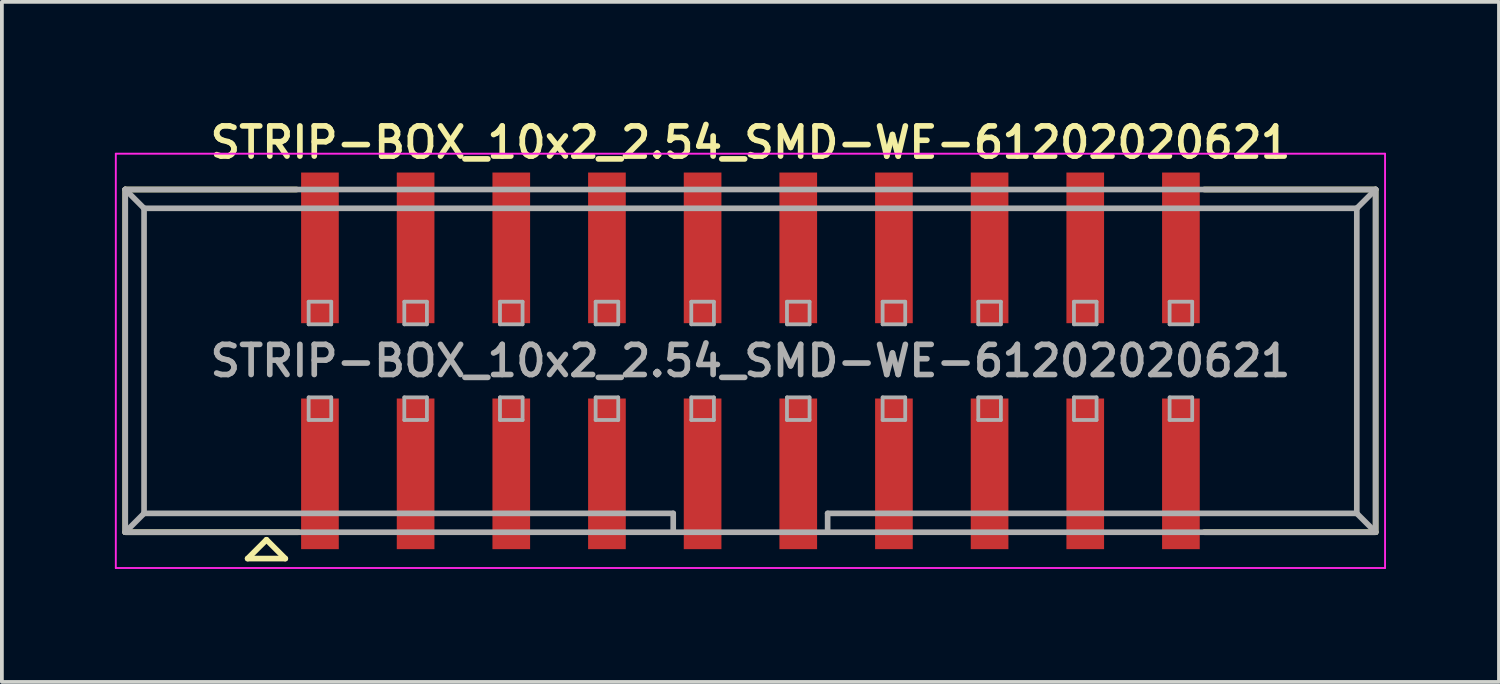
<source format=kicad_pcb>
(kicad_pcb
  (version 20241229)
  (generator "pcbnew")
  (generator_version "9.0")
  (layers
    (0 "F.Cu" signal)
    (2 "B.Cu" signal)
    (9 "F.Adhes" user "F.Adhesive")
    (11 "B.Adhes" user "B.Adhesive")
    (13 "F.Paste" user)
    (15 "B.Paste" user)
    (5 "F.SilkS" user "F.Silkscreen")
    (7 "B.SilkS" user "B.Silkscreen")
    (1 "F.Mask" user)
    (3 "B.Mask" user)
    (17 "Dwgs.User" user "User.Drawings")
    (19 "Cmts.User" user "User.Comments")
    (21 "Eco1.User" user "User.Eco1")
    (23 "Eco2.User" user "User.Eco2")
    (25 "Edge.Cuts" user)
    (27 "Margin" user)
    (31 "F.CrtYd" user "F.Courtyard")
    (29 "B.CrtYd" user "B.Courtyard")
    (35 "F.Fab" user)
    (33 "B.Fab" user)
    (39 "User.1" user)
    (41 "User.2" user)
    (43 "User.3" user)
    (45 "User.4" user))
  (footprint "STRIP-BOX_10x2_2.54_SMD-WE-61202020621"
    (layer "F.Cu")
    (at 16.875 6.531)
    (property "Reference" "STRIP-BOX_10x2_2.54_SMD-WE-61202020621" (at 0 -5.8 0) (layer "F.SilkS") (effects (font (size 0.8 0.8) (thickness 0.15))))
    (attr smd)
    (fp_line (start -16.6 -4.55) (end -12.05 -4.55) (stroke (width 0.15) (type solid)) (layer "F.SilkS"))
    (fp_line (start -16.6 4.55) (end -16.6 -4.55) (stroke (width 0.15) (type solid)) (layer "F.SilkS"))
    (fp_line (start -13.35 5.25) (end -12.35 5.25) (stroke (width 0.15) (type solid)) (layer "F.SilkS"))
    (fp_line (start -12.85 4.75) (end -13.35 5.25) (stroke (width 0.15) (type solid)) (layer "F.SilkS"))
    (fp_line (start -12.35 5.25) (end -12.85 4.75) (stroke (width 0.15) (type solid)) (layer "F.SilkS"))
    (fp_line (start -12 4.55) (end -16.6 4.55) (stroke (width 0.15) (type solid)) (layer "F.SilkS"))
    (fp_line (start 12.05 -4.55) (end 16.6 -4.55) (stroke (width 0.15) (type solid)) (layer "F.SilkS"))
    (fp_line (start 16.6 -4.55) (end 16.6 4.55) (stroke (width 0.15) (type solid)) (layer "F.SilkS"))
    (fp_line (start 16.6 4.55) (end 12.05 4.55) (stroke (width 0.15) (type solid)) (layer "F.SilkS"))
    (fp_line (start -16.85 -5.5) (end -16.85 5.5) (stroke (width 0.05) (type solid)) (layer "F.CrtYd"))
    (fp_line (start -16.85 5.5) (end 16.85 5.5) (stroke (width 0.05) (type solid)) (layer "F.CrtYd"))
    (fp_line (start 16.85 -5.5) (end -16.85 -5.5) (stroke (width 0.05) (type solid)) (layer "F.CrtYd"))
    (fp_line (start 16.85 5.5) (end 16.85 -5.5) (stroke (width 0.05) (type solid)) (layer "F.CrtYd"))
    (fp_line (start -16.6 -4.55) (end -16.6 4.55) (stroke (width 0.15) (type solid)) (layer "F.Fab"))
    (fp_line (start -16.6 -4.55) (end -16.1 -4.05) (stroke (width 0.15) (type solid)) (layer "F.Fab"))
    (fp_line (start -16.6 -4.55) (end 16.6 -4.55) (stroke (width 0.15) (type solid)) (layer "F.Fab"))
    (fp_line (start -16.6 4.55) (end -16.1 4.05) (stroke (width 0.15) (type solid)) (layer "F.Fab"))
    (fp_line (start -16.6 4.55) (end 16.6 4.55) (stroke (width 0.15) (type solid)) (layer "F.Fab"))
    (fp_line (start -16.1 -4.05) (end -16.1 4.05) (stroke (width 0.15) (type solid)) (layer "F.Fab"))
    (fp_line (start -16.1 4.05) (end -2.05 4.05) (stroke (width 0.15) (type solid)) (layer "F.Fab"))
    (fp_line (start -11.73 -1.57) (end -11.73 -0.97) (stroke (width 0.1) (type solid)) (layer "F.Fab"))
    (fp_line (start -11.73 -0.97) (end -11.13 -0.97) (stroke (width 0.1) (type solid)) (layer "F.Fab"))
    (fp_line (start -11.73 0.97) (end -11.73 1.57) (stroke (width 0.1) (type solid)) (layer "F.Fab"))
    (fp_line (start -11.73 1.57) (end -11.13 1.57) (stroke (width 0.1) (type solid)) (layer "F.Fab"))
    (fp_line (start -11.13 -1.57) (end -11.73 -1.57) (stroke (width 0.1) (type solid)) (layer "F.Fab"))
    (fp_line (start -11.13 -0.97) (end -11.13 -1.57) (stroke (width 0.1) (type solid)) (layer "F.Fab"))
    (fp_line (start -11.13 0.97) (end -11.73 0.97) (stroke (width 0.1) (type solid)) (layer "F.Fab"))
    (fp_line (start -11.13 1.57) (end -11.13 0.97) (stroke (width 0.1) (type solid)) (layer "F.Fab"))
    (fp_line (start -9.19 -1.57) (end -9.19 -0.97) (stroke (width 0.1) (type solid)) (layer "F.Fab"))
    (fp_line (start -9.19 -0.97) (end -8.59 -0.97) (stroke (width 0.1) (type solid)) (layer "F.Fab"))
    (fp_line (start -9.19 0.97) (end -9.19 1.57) (stroke (width 0.1) (type solid)) (layer "F.Fab"))
    (fp_line (start -9.19 1.57) (end -8.59 1.57) (stroke (width 0.1) (type solid)) (layer "F.Fab"))
    (fp_line (start -8.59 -1.57) (end -9.19 -1.57) (stroke (width 0.1) (type solid)) (layer "F.Fab"))
    (fp_line (start -8.59 -0.97) (end -8.59 -1.57) (stroke (width 0.1) (type solid)) (layer "F.Fab"))
    (fp_line (start -8.59 0.97) (end -9.19 0.97) (stroke (width 0.1) (type solid)) (layer "F.Fab"))
    (fp_line (start -8.59 1.57) (end -8.59 0.97) (stroke (width 0.1) (type solid)) (layer "F.Fab"))
    (fp_line (start -6.65 -1.57) (end -6.65 -0.97) (stroke (width 0.1) (type solid)) (layer "F.Fab"))
    (fp_line (start -6.65 -0.97) (end -6.05 -0.97) (stroke (width 0.1) (type solid)) (layer "F.Fab"))
    (fp_line (start -6.65 0.97) (end -6.65 1.57) (stroke (width 0.1) (type solid)) (layer "F.Fab"))
    (fp_line (start -6.65 1.57) (end -6.05 1.57) (stroke (width 0.1) (type solid)) (layer "F.Fab"))
    (fp_line (start -6.05 -1.57) (end -6.65 -1.57) (stroke (width 0.1) (type solid)) (layer "F.Fab"))
    (fp_line (start -6.05 -0.97) (end -6.05 -1.57) (stroke (width 0.1) (type solid)) (layer "F.Fab"))
    (fp_line (start -6.05 0.97) (end -6.65 0.97) (stroke (width 0.1) (type solid)) (layer "F.Fab"))
    (fp_line (start -6.05 1.57) (end -6.05 0.97) (stroke (width 0.1) (type solid)) (layer "F.Fab"))
    (fp_line (start -4.11 -1.57) (end -4.11 -0.97) (stroke (width 0.1) (type solid)) (layer "F.Fab"))
    (fp_line (start -4.11 -0.97) (end -3.51 -0.97) (stroke (width 0.1) (type solid)) (layer "F.Fab"))
    (fp_line (start -4.11 0.97) (end -4.11 1.57) (stroke (width 0.1) (type solid)) (layer "F.Fab"))
    (fp_line (start -4.11 1.57) (end -3.51 1.57) (stroke (width 0.1) (type solid)) (layer "F.Fab"))
    (fp_line (start -3.51 -1.57) (end -4.11 -1.57) (stroke (width 0.1) (type solid)) (layer "F.Fab"))
    (fp_line (start -3.51 -0.97) (end -3.51 -1.57) (stroke (width 0.1) (type solid)) (layer "F.Fab"))
    (fp_line (start -3.51 0.97) (end -4.11 0.97) (stroke (width 0.1) (type solid)) (layer "F.Fab"))
    (fp_line (start -3.51 1.57) (end -3.51 0.97) (stroke (width 0.1) (type solid)) (layer "F.Fab"))
    (fp_line (start -2.05 4.05) (end -2.05 4.55) (stroke (width 0.15) (type solid)) (layer "F.Fab"))
    (fp_line (start -1.57 -1.57) (end -1.57 -0.97) (stroke (width 0.1) (type solid)) (layer "F.Fab"))
    (fp_line (start -1.57 -0.97) (end -0.97 -0.97) (stroke (width 0.1) (type solid)) (layer "F.Fab"))
    (fp_line (start -1.57 0.97) (end -1.57 1.57) (stroke (width 0.1) (type solid)) (layer "F.Fab"))
    (fp_line (start -1.57 1.57) (end -0.97 1.57) (stroke (width 0.1) (type solid)) (layer "F.Fab"))
    (fp_line (start -0.97 -1.57) (end -1.57 -1.57) (stroke (width 0.1) (type solid)) (layer "F.Fab"))
    (fp_line (start -0.97 -0.97) (end -0.97 -1.57) (stroke (width 0.1) (type solid)) (layer "F.Fab"))
    (fp_line (start -0.97 0.97) (end -1.57 0.97) (stroke (width 0.1) (type solid)) (layer "F.Fab"))
    (fp_line (start -0.97 1.57) (end -0.97 0.97) (stroke (width 0.1) (type solid)) (layer "F.Fab"))
    (fp_line (start 0.97 -1.57) (end 0.97 -0.97) (stroke (width 0.1) (type solid)) (layer "F.Fab"))
    (fp_line (start 0.97 -0.97) (end 1.57 -0.97) (stroke (width 0.1) (type solid)) (layer "F.Fab"))
    (fp_line (start 0.97 0.97) (end 0.97 1.57) (stroke (width 0.1) (type solid)) (layer "F.Fab"))
    (fp_line (start 0.97 1.57) (end 1.57 1.57) (stroke (width 0.1) (type solid)) (layer "F.Fab"))
    (fp_line (start 1.57 -1.57) (end 0.97 -1.57) (stroke (width 0.1) (type solid)) (layer "F.Fab"))
    (fp_line (start 1.57 -0.97) (end 1.57 -1.57) (stroke (width 0.1) (type solid)) (layer "F.Fab"))
    (fp_line (start 1.57 0.97) (end 0.97 0.97) (stroke (width 0.1) (type solid)) (layer "F.Fab"))
    (fp_line (start 1.57 1.57) (end 1.57 0.97) (stroke (width 0.1) (type solid)) (layer "F.Fab"))
    (fp_line (start 2.05 4.05) (end 16.1 4.05) (stroke (width 0.15) (type solid)) (layer "F.Fab"))
    (fp_line (start 2.05 4.55) (end 2.05 4.05) (stroke (width 0.15) (type solid)) (layer "F.Fab"))
    (fp_line (start 3.51 -1.57) (end 3.51 -0.97) (stroke (width 0.1) (type solid)) (layer "F.Fab"))
    (fp_line (start 3.51 -0.97) (end 4.11 -0.97) (stroke (width 0.1) (type solid)) (layer "F.Fab"))
    (fp_line (start 3.51 0.97) (end 3.51 1.57) (stroke (width 0.1) (type solid)) (layer "F.Fab"))
    (fp_line (start 3.51 1.57) (end 4.11 1.57) (stroke (width 0.1) (type solid)) (layer "F.Fab"))
    (fp_line (start 4.11 -1.57) (end 3.51 -1.57) (stroke (width 0.1) (type solid)) (layer "F.Fab"))
    (fp_line (start 4.11 -0.97) (end 4.11 -1.57) (stroke (width 0.1) (type solid)) (layer "F.Fab"))
    (fp_line (start 4.11 0.97) (end 3.51 0.97) (stroke (width 0.1) (type solid)) (layer "F.Fab"))
    (fp_line (start 4.11 1.57) (end 4.11 0.97) (stroke (width 0.1) (type solid)) (layer "F.Fab"))
    (fp_line (start 6.05 -1.57) (end 6.05 -0.97) (stroke (width 0.1) (type solid)) (layer "F.Fab"))
    (fp_line (start 6.05 -0.97) (end 6.65 -0.97) (stroke (width 0.1) (type solid)) (layer "F.Fab"))
    (fp_line (start 6.05 0.97) (end 6.05 1.57) (stroke (width 0.1) (type solid)) (layer "F.Fab"))
    (fp_line (start 6.05 1.57) (end 6.65 1.57) (stroke (width 0.1) (type solid)) (layer "F.Fab"))
    (fp_line (start 6.65 -1.57) (end 6.05 -1.57) (stroke (width 0.1) (type solid)) (layer "F.Fab"))
    (fp_line (start 6.65 -0.97) (end 6.65 -1.57) (stroke (width 0.1) (type solid)) (layer "F.Fab"))
    (fp_line (start 6.65 0.97) (end 6.05 0.97) (stroke (width 0.1) (type solid)) (layer "F.Fab"))
    (fp_line (start 6.65 1.57) (end 6.65 0.97) (stroke (width 0.1) (type solid)) (layer "F.Fab"))
    (fp_line (start 8.59 -1.57) (end 8.59 -0.97) (stroke (width 0.1) (type solid)) (layer "F.Fab"))
    (fp_line (start 8.59 -0.97) (end 9.19 -0.97) (stroke (width 0.1) (type solid)) (layer "F.Fab"))
    (fp_line (start 8.59 0.97) (end 8.59 1.57) (stroke (width 0.1) (type solid)) (layer "F.Fab"))
    (fp_line (start 8.59 1.57) (end 9.19 1.57) (stroke (width 0.1) (type solid)) (layer "F.Fab"))
    (fp_line (start 9.19 -1.57) (end 8.59 -1.57) (stroke (width 0.1) (type solid)) (layer "F.Fab"))
    (fp_line (start 9.19 -0.97) (end 9.19 -1.57) (stroke (width 0.1) (type solid)) (layer "F.Fab"))
    (fp_line (start 9.19 0.97) (end 8.59 0.97) (stroke (width 0.1) (type solid)) (layer "F.Fab"))
    (fp_line (start 9.19 1.57) (end 9.19 0.97) (stroke (width 0.1) (type solid)) (layer "F.Fab"))
    (fp_line (start 11.13 -1.57) (end 11.13 -0.97) (stroke (width 0.1) (type solid)) (layer "F.Fab"))
    (fp_line (start 11.13 -0.97) (end 11.73 -0.97) (stroke (width 0.1) (type solid)) (layer "F.Fab"))
    (fp_line (start 11.13 0.97) (end 11.13 1.57) (stroke (width 0.1) (type solid)) (layer "F.Fab"))
    (fp_line (start 11.13 1.57) (end 11.73 1.57) (stroke (width 0.1) (type solid)) (layer "F.Fab"))
    (fp_line (start 11.73 -1.57) (end 11.13 -1.57) (stroke (width 0.1) (type solid)) (layer "F.Fab"))
    (fp_line (start 11.73 -0.97) (end 11.73 -1.57) (stroke (width 0.1) (type solid)) (layer "F.Fab"))
    (fp_line (start 11.73 0.97) (end 11.13 0.97) (stroke (width 0.1) (type solid)) (layer "F.Fab"))
    (fp_line (start 11.73 1.57) (end 11.73 0.97) (stroke (width 0.1) (type solid)) (layer "F.Fab"))
    (fp_line (start 16.1 -4.05) (end -16.1 -4.05) (stroke (width 0.15) (type solid)) (layer "F.Fab"))
    (fp_line (start 16.1 -4.05) (end 16.6 -4.55) (stroke (width 0.15) (type solid)) (layer "F.Fab"))
    (fp_line (start 16.1 4.05) (end 16.1 -4.05) (stroke (width 0.15) (type solid)) (layer "F.Fab"))
    (fp_line (start 16.1 4.05) (end 16.6 4.55) (stroke (width 0.15) (type solid)) (layer "F.Fab"))
    (fp_line (start 16.6 -4.55) (end 16.6 4.55) (stroke (width 0.15) (type solid)) (layer "F.Fab"))
    (fp_text user "${REFERENCE}" (at 0 0 0) (layer "F.Fab") (effects (font (size 0.8 0.8) (thickness 0.15))))
    (pad "1" smd rect (at -11.43 3) (size 1 4) (layers "F.Cu" "F.Mask" "F.Paste"))
    (pad "2" smd rect (at -11.43 -3) (size 1 4) (layers "F.Cu" "F.Mask" "F.Paste"))
    (pad "3" smd rect (at -8.89 3) (size 1 4) (layers "F.Cu" "F.Mask" "F.Paste"))
    (pad "4" smd rect (at -8.89 -3) (size 1 4) (layers "F.Cu" "F.Mask" "F.Paste"))
    (pad "5" smd rect (at -6.35 3) (size 1 4) (layers "F.Cu" "F.Mask" "F.Paste"))
    (pad "6" smd rect (at -6.35 -3) (size 1 4) (layers "F.Cu" "F.Mask" "F.Paste"))
    (pad "7" smd rect (at -3.81 3) (size 1 4) (layers "F.Cu" "F.Mask" "F.Paste"))
    (pad "8" smd rect (at -3.81 -3) (size 1 4) (layers "F.Cu" "F.Mask" "F.Paste"))
    (pad "9" smd rect (at -1.27 3) (size 1 4) (layers "F.Cu" "F.Mask" "F.Paste"))
    (pad "10" smd rect (at -1.27 -3) (size 1 4) (layers "F.Cu" "F.Mask" "F.Paste"))
    (pad "11" smd rect (at 1.27 3) (size 1 4) (layers "F.Cu" "F.Mask" "F.Paste"))
    (pad "12" smd rect (at 1.27 -3) (size 1 4) (layers "F.Cu" "F.Mask" "F.Paste"))
    (pad "13" smd rect (at 3.81 3) (size 1 4) (layers "F.Cu" "F.Mask" "F.Paste"))
    (pad "14" smd rect (at 3.81 -3) (size 1 4) (layers "F.Cu" "F.Mask" "F.Paste"))
    (pad "15" smd rect (at 6.35 3) (size 1 4) (layers "F.Cu" "F.Mask" "F.Paste"))
    (pad "16" smd rect (at 6.35 -3) (size 1 4) (layers "F.Cu" "F.Mask" "F.Paste"))
    (pad "17" smd rect (at 8.89 3) (size 1 4) (layers "F.Cu" "F.Mask" "F.Paste"))
    (pad "18" smd rect (at 8.89 -3) (size 1 4) (layers "F.Cu" "F.Mask" "F.Paste"))
    (pad "19" smd rect (at 11.43 3) (size 1 4) (layers "F.Cu" "F.Mask" "F.Paste"))
    (pad "20" smd rect (at 11.43 -3) (size 1 4) (layers "F.Cu" "F.Mask" "F.Paste")))
  (gr_rect
    (start -3 -3)
    (end 36.75 15.056)
    (stroke (width 0.1) (type default))
    (fill no)
    (layer "Edge.Cuts")))
</source>
